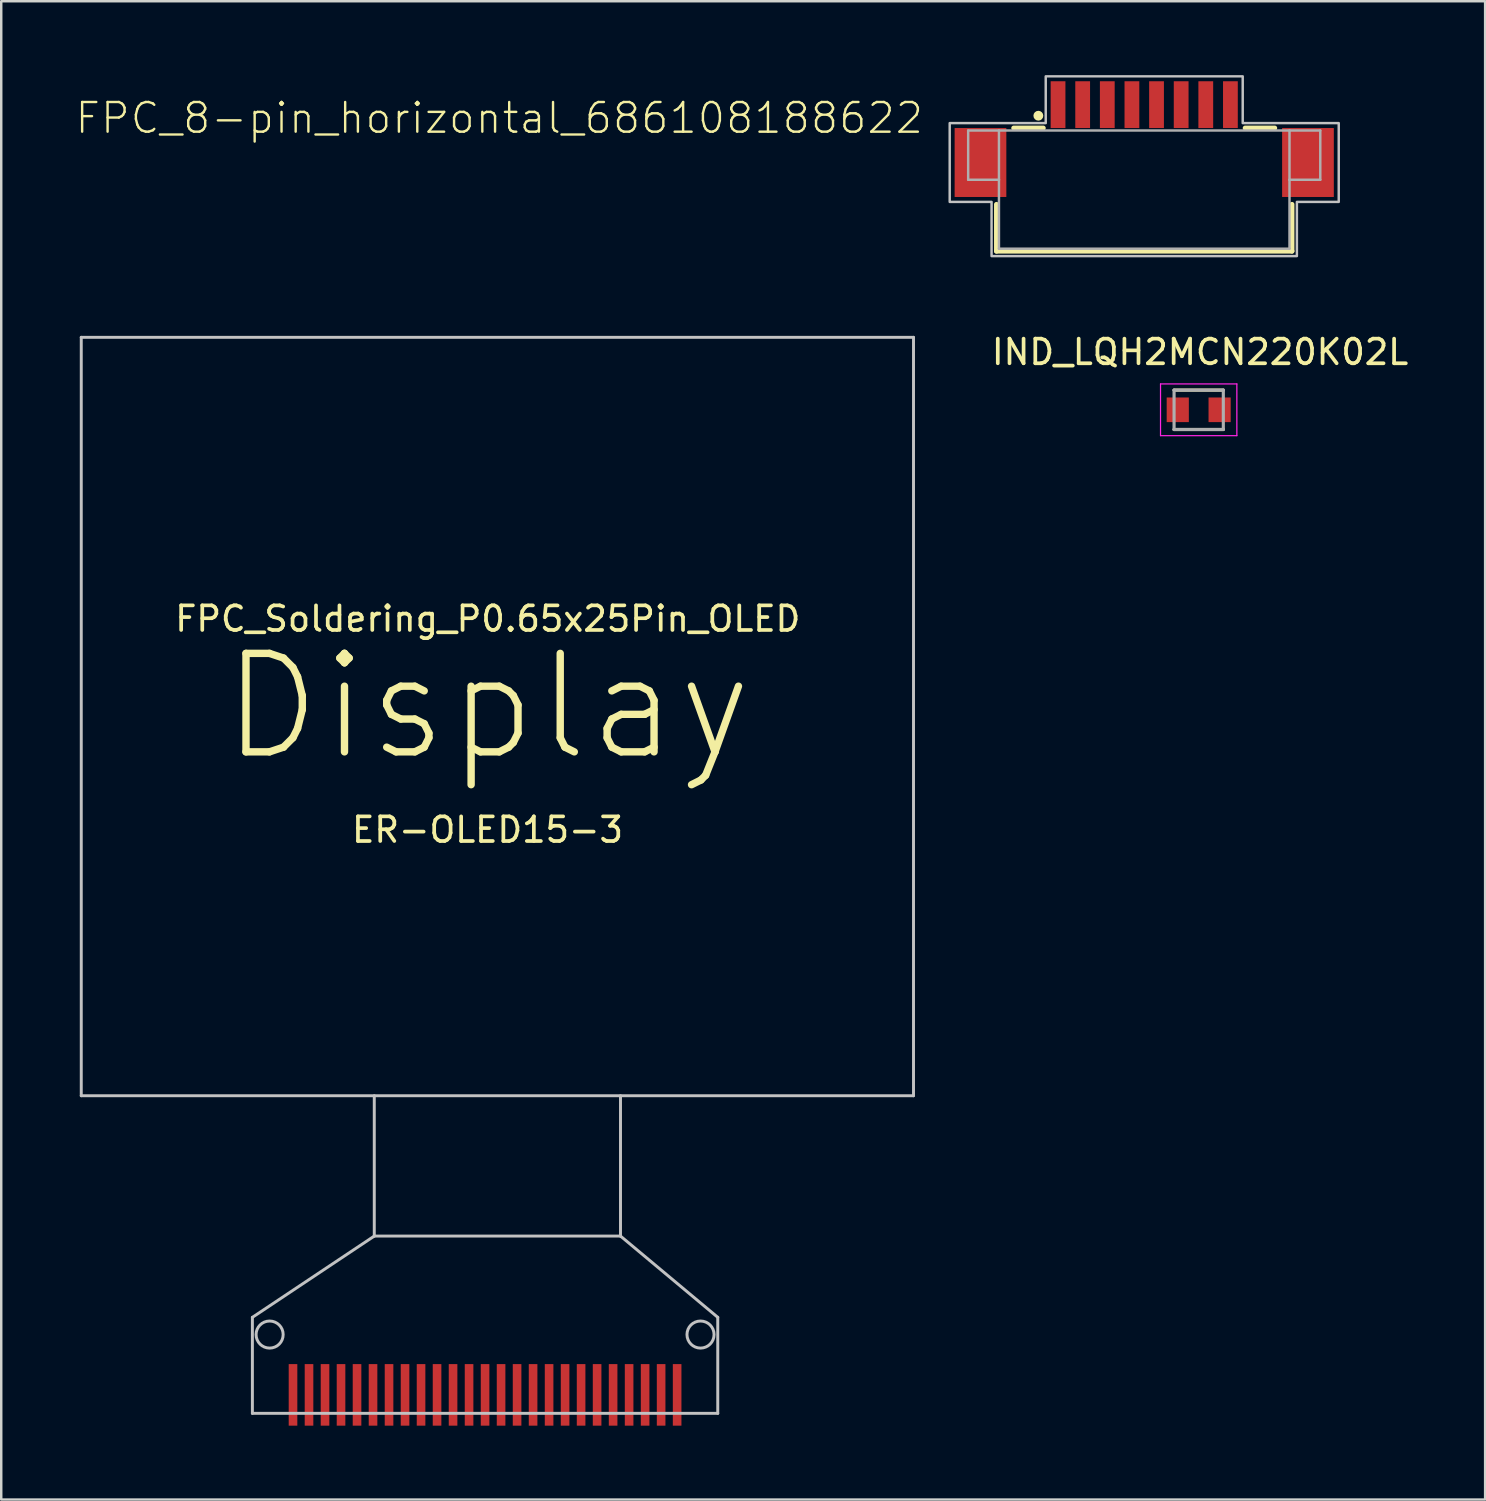
<source format=kicad_pcb>
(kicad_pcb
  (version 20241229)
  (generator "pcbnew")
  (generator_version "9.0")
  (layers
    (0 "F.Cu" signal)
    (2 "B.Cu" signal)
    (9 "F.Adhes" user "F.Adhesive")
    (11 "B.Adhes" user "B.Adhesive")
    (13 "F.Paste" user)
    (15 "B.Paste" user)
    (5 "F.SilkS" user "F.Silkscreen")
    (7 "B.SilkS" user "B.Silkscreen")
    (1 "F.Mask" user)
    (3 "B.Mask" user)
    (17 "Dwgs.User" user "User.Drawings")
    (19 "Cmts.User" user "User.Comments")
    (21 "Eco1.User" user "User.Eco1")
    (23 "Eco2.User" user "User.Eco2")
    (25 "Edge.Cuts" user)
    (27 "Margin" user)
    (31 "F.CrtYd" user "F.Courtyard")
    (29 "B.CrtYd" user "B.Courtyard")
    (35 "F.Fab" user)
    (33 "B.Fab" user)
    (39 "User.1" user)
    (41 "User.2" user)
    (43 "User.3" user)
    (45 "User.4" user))
  (footprint "FPC_Soldering_P0.65x25Pin_OLED"
    (layer "F.Cu")
    (at 0.25 10.65)
    (property "Reference" "FPC_Soldering_P0.65x25Pin_OLED" (at 16.51 11.43 0) (layer "F.SilkS") (effects (font (size 1 1) (thickness 0.15))))
    (attr through_hole)
    (fp_line (start 0 0) (end 0 30.8) (stroke (width 0.12) (type solid)) (layer "Dwgs.User"))
    (fp_line (start 0 0) (end 33.8 0) (stroke (width 0.12) (type solid)) (layer "Dwgs.User"))
    (fp_line (start 0 30.8) (end 33.8 30.8) (stroke (width 0.12) (type solid)) (layer "Dwgs.User"))
    (fp_line (start 6.95 43.7) (end 6.95 39.8) (stroke (width 0.12) (type solid)) (layer "Dwgs.User"))
    (fp_line (start 6.95 43.7) (end 25.85 43.7) (stroke (width 0.12) (type solid)) (layer "Dwgs.User"))
    (fp_line (start 11.9 36.5) (end 6.95 39.8) (stroke (width 0.12) (type solid)) (layer "Dwgs.User"))
    (fp_line (start 11.9 36.5) (end 11.9 30.8) (stroke (width 0.12) (type solid)) (layer "Dwgs.User"))
    (fp_line (start 11.9 36.5) (end 21.9 36.5) (stroke (width 0.12) (type solid)) (layer "Dwgs.User"))
    (fp_line (start 21.9 36.5) (end 21.9 30.8) (stroke (width 0.12) (type solid)) (layer "Dwgs.User"))
    (fp_line (start 21.9 36.5) (end 25.85 39.8) (stroke (width 0.12) (type solid)) (layer "Dwgs.User"))
    (fp_line (start 25.85 43.7) (end 25.85 39.8) (stroke (width 0.12) (type solid)) (layer "Dwgs.User"))
    (fp_line (start 33.8 0) (end 33.8 30.8) (stroke (width 0.12) (type solid)) (layer "Dwgs.User"))
    (fp_circle (center 7.65 40.5) (end 8.2 40.5) (stroke (width 0.12) (type solid)) (fill no) (layer "Dwgs.User"))
    (fp_circle (center 25.15 40.5) (end 25.7 40.5) (stroke (width 0.12) (type solid)) (fill no) (layer "Dwgs.User"))
    (fp_text user "ER-OLED15-3" (at 16.5 20 0) (layer "F.SilkS") (effects (font (size 1 1) (thickness 0.15))))
    (fp_text user "Display" (at 16.5 15 0) (layer "F.SilkS") (effects (font (size 4 4) (thickness 0.3))))
    (pad "1" smd rect (at 8.6 42.95) (size 0.35 2.5) (layers "F.Cu" "F.Mask" "F.Paste"))
    (pad "2" smd rect (at 9.25 42.95) (size 0.35 2.5) (layers "F.Cu" "F.Mask" "F.Paste"))
    (pad "3" smd rect (at 9.9 42.95) (size 0.35 2.5) (layers "F.Cu" "F.Mask" "F.Paste"))
    (pad "4" smd rect (at 10.55 42.95) (size 0.35 2.5) (layers "F.Cu" "F.Mask" "F.Paste"))
    (pad "5" smd rect (at 11.2 42.95) (size 0.35 2.5) (layers "F.Cu" "F.Mask" "F.Paste"))
    (pad "6" smd rect (at 11.85 42.95) (size 0.35 2.5) (layers "F.Cu" "F.Mask" "F.Paste"))
    (pad "7" smd rect (at 12.5 42.95) (size 0.35 2.5) (layers "F.Cu" "F.Mask" "F.Paste"))
    (pad "8" smd rect (at 13.15 42.95) (size 0.35 2.5) (layers "F.Cu" "F.Mask" "F.Paste"))
    (pad "9" smd rect (at 13.8 42.95) (size 0.35 2.5) (layers "F.Cu" "F.Mask" "F.Paste"))
    (pad "10" smd rect (at 14.45 42.95) (size 0.35 2.5) (layers "F.Cu" "F.Mask" "F.Paste"))
    (pad "11" smd rect (at 15.1 42.95) (size 0.35 2.5) (layers "F.Cu" "F.Mask" "F.Paste"))
    (pad "12" smd rect (at 15.75 42.95) (size 0.35 2.5) (layers "F.Cu" "F.Mask" "F.Paste"))
    (pad "13" smd rect (at 16.4 42.95) (size 0.35 2.5) (layers "F.Cu" "F.Mask" "F.Paste"))
    (pad "14" smd rect (at 17.05 42.95) (size 0.35 2.5) (layers "F.Cu" "F.Mask" "F.Paste"))
    (pad "15" smd rect (at 17.7 42.95) (size 0.35 2.5) (layers "F.Cu" "F.Mask" "F.Paste"))
    (pad "16" smd rect (at 18.35 42.95) (size 0.35 2.5) (layers "F.Cu" "F.Mask" "F.Paste"))
    (pad "17" smd rect (at 19 42.95) (size 0.35 2.5) (layers "F.Cu" "F.Mask" "F.Paste"))
    (pad "18" smd rect (at 19.65 42.95) (size 0.35 2.5) (layers "F.Cu" "F.Mask" "F.Paste"))
    (pad "19" smd rect (at 20.3 42.95) (size 0.35 2.5) (layers "F.Cu" "F.Mask" "F.Paste"))
    (pad "20" smd rect (at 20.95 42.95) (size 0.35 2.5) (layers "F.Cu" "F.Mask" "F.Paste"))
    (pad "21" smd rect (at 21.6 42.95) (size 0.35 2.5) (layers "F.Cu" "F.Mask" "F.Paste"))
    (pad "22" smd rect (at 22.25 42.95) (size 0.35 2.5) (layers "F.Cu" "F.Mask" "F.Paste"))
    (pad "23" smd rect (at 22.9 42.95) (size 0.35 2.5) (layers "F.Cu" "F.Mask" "F.Paste"))
    (pad "24" smd rect (at 23.55 42.95) (size 0.35 2.5) (layers "F.Cu" "F.Mask" "F.Paste"))
    (pad "25" smd rect (at 24.2 42.95) (size 0.35 2.5) (layers "F.Cu" "F.Mask" "F.Paste")))
  (footprint "IND_LQH2MCN220K02L"
    (layer "F.Cu")
    (at 45.632 13.593)
    (property "Reference" "IND_LQH2MCN220K02L" (at 0.055 -2.345 0) (layer "F.SilkS") (effects (font (size 1 1) (thickness 0.15))))
    (attr through_hole)
    (fp_line (start -1 -0.8) (end 1 -0.8) (stroke (width 0.127) (type solid)) (layer "F.SilkS"))
    (fp_line (start 1 0.8) (end -1 0.8) (stroke (width 0.127) (type solid)) (layer "F.SilkS"))
    (fp_line (start -1.55 -1.05) (end 1.55 -1.05) (stroke (width 0.05) (type solid)) (layer "F.CrtYd"))
    (fp_line (start -1.55 1.05) (end -1.55 -1.05) (stroke (width 0.05) (type solid)) (layer "F.CrtYd"))
    (fp_line (start 1.55 -1.05) (end 1.55 1.05) (stroke (width 0.05) (type solid)) (layer "F.CrtYd"))
    (fp_line (start 1.55 1.05) (end -1.55 1.05) (stroke (width 0.05) (type solid)) (layer "F.CrtYd"))
    (fp_line (start -1 -0.8) (end 1 -0.8) (stroke (width 0.127) (type solid)) (layer "F.Fab"))
    (fp_line (start -1 0.8) (end -1 -0.8) (stroke (width 0.127) (type solid)) (layer "F.Fab"))
    (fp_line (start 1 -0.8) (end 1 0.8) (stroke (width 0.127) (type solid)) (layer "F.Fab"))
    (fp_line (start 1 0.8) (end -1 0.8) (stroke (width 0.127) (type solid)) (layer "F.Fab"))
    (pad "1" smd rect (at -0.85 0) (size 0.9 1) (layers "F.Cu" "F.Mask" "F.Paste"))
    (pad "2" smd rect (at 0.85 0) (size 0.9 1) (layers "F.Cu" "F.Mask" "F.Paste")))
  (footprint "FPC_8-pin_horizontal_686108188622"
    (layer "F.Cu")
    (at 43.42 4.15)
    (property "Reference" "FPC_8-pin_horizontal_686108188622" (at -8.9 -1.7 0) (layer "F.SilkS") (effects (font (size 1.206 1.206) (thickness 0.097)) (justify right bottom)))
    (attr through_hole)
    (fp_line (start -6 1.1) (end -6 3) (stroke (width 0.2) (type solid)) (layer "F.SilkS"))
    (fp_line (start -6 3) (end 6 3) (stroke (width 0.2) (type solid)) (layer "F.SilkS"))
    (fp_line (start -5.3 -2) (end -4.1 -2) (stroke (width 0.2) (type solid)) (layer "F.SilkS"))
    (fp_line (start 4.1 -2) (end 5.3 -2) (stroke (width 0.2) (type solid)) (layer "F.SilkS"))
    (fp_line (start 6 3) (end 6 1.1) (stroke (width 0.2) (type solid)) (layer "F.SilkS"))
    (fp_circle (center -4.3 -2.5) (end -4.2 -2.5) (stroke (width 0.2) (type solid)) (fill no) (layer "F.SilkS"))
    (fp_poly (pts (xy 4 -4.1) (xy 4 -2.2) (xy 7.9 -2.2) (xy 7.9 1) (xy 6.2 1) (xy 6.2 3.2) (xy -6.2 3.2) (xy -6.2 1) (xy -7.9 1) (xy -7.9 -2.2) (xy -4 -2.2) (xy -4 -4.1)) (stroke (width 0.1) (type solid)) (fill no) (layer "Dwgs.User"))
    (fp_line (start -7.15 -1.9) (end -7.15 0.1) (stroke (width 0.1) (type solid)) (layer "F.Fab"))
    (fp_line (start -7.15 0.1) (end -5.9 0.1) (stroke (width 0.1) (type solid)) (layer "F.Fab"))
    (fp_line (start -5.9 -1.9) (end -7.15 -1.9) (stroke (width 0.1) (type solid)) (layer "F.Fab"))
    (fp_line (start -5.9 -1.9) (end 5.9 -1.9) (stroke (width 0.1) (type solid)) (layer "F.Fab"))
    (fp_line (start -5.9 0.1) (end -5.9 -1.9) (stroke (width 0.1) (type solid)) (layer "F.Fab"))
    (fp_line (start -5.9 2.9) (end -5.9 0.1) (stroke (width 0.1) (type solid)) (layer "F.Fab"))
    (fp_line (start 5.9 -1.9) (end 5.9 0.1) (stroke (width 0.1) (type solid)) (layer "F.Fab"))
    (fp_line (start 5.9 -1.9) (end 7.15 -1.9) (stroke (width 0.1) (type solid)) (layer "F.Fab"))
    (fp_line (start 5.9 0.1) (end 5.9 2.9) (stroke (width 0.1) (type solid)) (layer "F.Fab"))
    (fp_line (start 5.9 2.9) (end -5.9 2.9) (stroke (width 0.1) (type solid)) (layer "F.Fab"))
    (fp_line (start 7.15 -1.9) (end 7.15 0.1) (stroke (width 0.1) (type solid)) (layer "F.Fab"))
    (fp_line (start 7.15 0.1) (end 5.9 0.1) (stroke (width 0.1) (type solid)) (layer "F.Fab"))
    (pad "1" smd rect (at -3.5 -2.95 90) (size 1.9 0.6) (layers "F.Cu" "F.Mask" "F.Paste"))
    (pad "2" smd rect (at -2.5 -2.95 90) (size 1.9 0.6) (layers "F.Cu" "F.Mask" "F.Paste"))
    (pad "3" smd rect (at -1.5 -2.95 90) (size 1.9 0.6) (layers "F.Cu" "F.Mask" "F.Paste"))
    (pad "4" smd rect (at -0.5 -2.95 90) (size 1.9 0.6) (layers "F.Cu" "F.Mask" "F.Paste"))
    (pad "5" smd rect (at 0.5 -2.95 90) (size 1.9 0.6) (layers "F.Cu" "F.Mask" "F.Paste"))
    (pad "6" smd rect (at 1.5 -2.95 90) (size 1.9 0.6) (layers "F.Cu" "F.Mask" "F.Paste"))
    (pad "7" smd rect (at 2.5 -2.95 90) (size 1.9 0.6) (layers "F.Cu" "F.Mask" "F.Paste"))
    (pad "8" smd rect (at 3.5 -2.95 90) (size 1.9 0.6) (layers "F.Cu" "F.Mask" "F.Paste"))
    (pad "Z1" smd rect (at -6.65 -0.6) (size 2.1 2.8) (layers "F.Cu" "F.Mask" "F.Paste"))
    (pad "Z2" smd rect (at 6.65 -0.6) (size 2.1 2.8) (layers "F.Cu" "F.Mask" "F.Paste")))
  (gr_rect
    (start -3 -3)
    (end 57.265 57.85)
    (stroke (width 0.1) (type default))
    (fill no)
    (layer "Edge.Cuts")))
</source>
